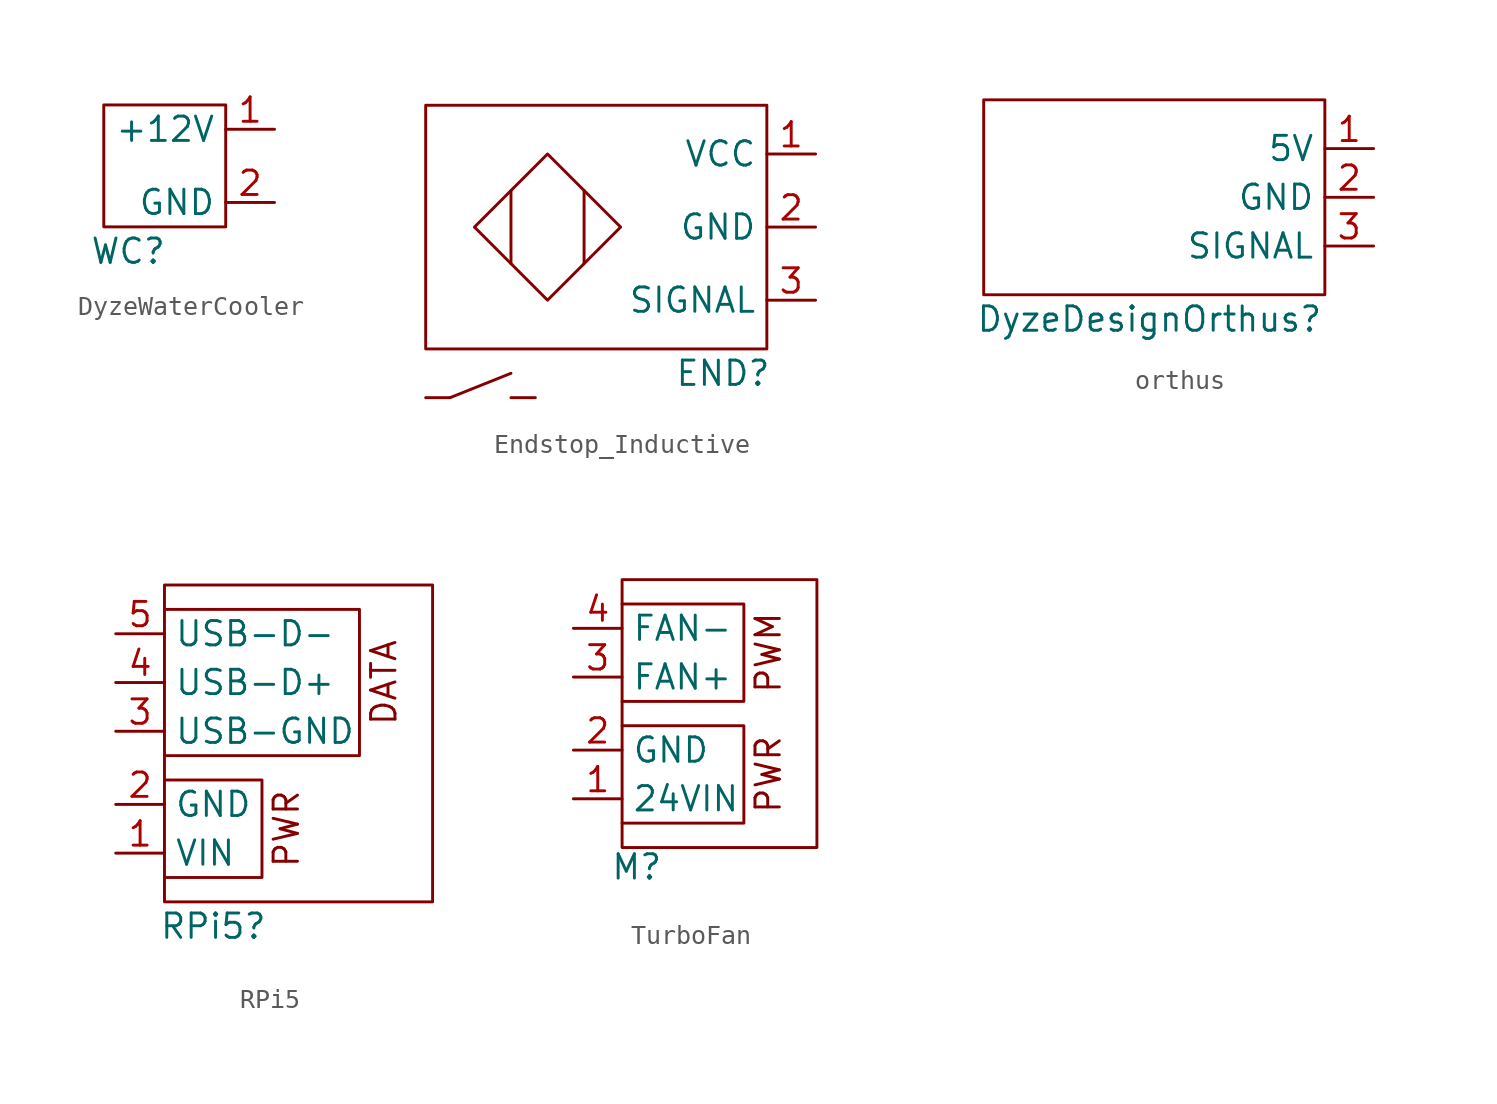
<source format=kicad_sym>
(kicad_symbol_lib
  (version 20241209)
  (generator "kicad_symbol_editor")
  (generator_version "9.0")
  (symbol "DyzeWaterCooler"
    (property "Reference" "WC"
      (at 1.27 -1.27 0)
      (effects (font (size 1.27 1.27))))
    (property "Value" ""
      (at 0 0 0)
      (effects (font (size 1.27 1.27))))
    (symbol "DyzeWaterCooler_0_1"
      (rectangle (start 0 0) (end 6.35 6.35) (stroke (width 0) (type default)) (fill (type none))))
    (symbol "DyzeWaterCooler_1_1"
      (pin input line (at 8.89 5.08 180) (length 2.54) (name "+12V" (effects (font (size 1.27 1.27)))) (number "1" (effects (font (size 1.27 1.27)))))
      (pin input line (at 8.89 1.27 180) (length 2.54) (name "GND" (effects (font (size 1.27 1.27)))) (number "2" (effects (font (size 1.27 1.27)))))))
  (symbol "Endstop_Inductive"
    (property "Reference" "END"
      (at 15.494 -1.27 0)
      (effects (font (size 1.27 1.27))))
    (property "Value" ""
      (at 0 0 0)
      (effects (font (size 1.27 1.27))))
    (symbol "Endstop_Inductive_0_1"
      (rectangle (start 0 12.7) (end 17.78 0) (stroke (width 0) (type default)) (fill (type none)))
      (polyline (pts (xy 0 -2.54) (xy 1.27 -2.54)) (stroke (width 0) (type default)) (fill (type none)))
      (polyline (pts (xy 1.27 -2.54) (xy 4.445 -1.27)) (stroke (width 0) (type default)) (fill (type none)))
      (polyline (pts (xy 4.445 8.255) (xy 4.445 4.445)) (stroke (width 0) (type default)) (fill (type none)))
      (polyline (pts (xy 4.445 -2.54) (xy 5.715 -2.54)) (stroke (width 0) (type default)) (fill (type none)))
      (polyline (pts (xy 6.35 10.16) (xy 2.54 6.35) (xy 6.35 2.54) (xy 10.16 6.35) (xy 6.35 10.16)) (stroke (width 0) (type default)) (fill (type none)))
      (polyline (pts (xy 8.255 4.445) (xy 8.255 8.255)) (stroke (width 0) (type default)) (fill (type none))))
    (symbol "Endstop_Inductive_1_1"
      (pin input line (at 20.32 10.16 180) (length 2.54) (name "VCC" (effects (font (size 1.27 1.27)))) (number "1" (effects (font (size 1.27 1.27)))))
      (pin input line (at 20.32 6.35 180) (length 2.54) (name "GND" (effects (font (size 1.27 1.27)))) (number "2" (effects (font (size 1.27 1.27)))))
      (pin output line (at 20.32 2.54 180) (length 2.54) (name "SIGNAL" (effects (font (size 1.27 1.27)))) (number "3" (effects (font (size 1.27 1.27)))))))
  (symbol "orthus"
    (property "Reference" "DyzeDesignOrthus"
      (at 8.636 -1.27 0)
      (effects (font (size 1.27 1.27))))
    (property "Value" ""
      (at 0 0 0)
      (effects (font (size 1.27 1.27))))
    (symbol "orthus_0_1"
      (rectangle (start 0 10.16) (end 17.78 0) (stroke (width 0) (type default)) (fill (type none))))
    (symbol "orthus_1_1"
      (pin input line (at 20.32 7.62 180) (length 2.54) (name "5V" (effects (font (size 1.27 1.27)))) (number "1" (effects (font (size 1.27 1.27)))))
      (pin input line (at 20.32 5.08 180) (length 2.54) (name "GND" (effects (font (size 1.27 1.27)))) (number "2" (effects (font (size 1.27 1.27)))))
      (pin input line (at 20.32 2.54 180) (length 2.54) (name "SIGNAL" (effects (font (size 1.27 1.27)))) (number "3" (effects (font (size 1.27 1.27)))))))
  (symbol "RPi5"
    (property "Reference" "RPi5"
      (at 2.54 -1.27 0)
      (effects (font (size 1.27 1.27))))
    (property "Value" ""
      (at 0 0 0)
      (effects (font (size 1.27 1.27))))
    (symbol "RPi5_0_1"
      (rectangle (start 0 16.51) (end 13.97 0) (stroke (width 0) (type default)) (fill (type none)))
      (polyline (pts (xy 0 15.24) (xy 10.16 15.24) (xy 10.16 7.62) (xy 0 7.62)) (stroke (width 0) (type default)) (fill (type none)))
      (polyline (pts (xy 0 6.35) (xy 5.08 6.35) (xy 5.08 1.27) (xy 0 1.27)) (stroke (width 0) (type default)) (fill (type none))))
    (symbol "RPi5_1_1"
      (text "PWR" (at 6.35 3.81 900) (effects (font (size 1.27 1.27))))
      (text "DATA" (at 11.43 11.43 900) (effects (font (size 1.27 1.27))))
      (pin output line (at -2.54 13.97 0) (length 2.54) (name "USB-D-" (effects (font (size 1.27 1.27)))) (number "5" (effects (font (size 1.27 1.27)))))
      (pin output line (at -2.54 11.43 0) (length 2.54) (name "USB-D+" (effects (font (size 1.27 1.27)))) (number "4" (effects (font (size 1.27 1.27)))))
      (pin output line (at -2.54 8.89 0) (length 2.54) (name "USB-GND" (effects (font (size 1.27 1.27)))) (number "3" (effects (font (size 1.27 1.27)))))
      (pin input line (at -2.54 5.08 0) (length 2.54) (name "GND" (effects (font (size 1.27 1.27)))) (number "2" (effects (font (size 1.27 1.27)))))
      (pin input line (at -2.54 2.54 0) (length 2.54) (name "VIN" (effects (font (size 1.27 1.27)))) (number "1" (effects (font (size 1.27 1.27)))))))
  (symbol "TurboFan"
    (property "Reference" "M"
      (at 0.762 -1.016 0)
      (effects (font (size 1.27 1.27))))
    (property "Value" ""
      (at 0 0 0)
      (effects (font (size 1.27 1.27))))
    (symbol "TurboFan_0_1"
      (rectangle (start 0 13.97) (end 10.16 0) (stroke (width 0) (type default)) (fill (type none)))
      (polyline (pts (xy 0 7.62) (xy 6.35 7.62) (xy 6.35 12.7) (xy 0 12.7)) (stroke (width 0) (type default)) (fill (type none)))
      (polyline (pts (xy 0 6.35) (xy 6.35 6.35) (xy 6.35 1.27) (xy 0 1.27)) (stroke (width 0) (type default)) (fill (type none))))
    (symbol "TurboFan_1_1"
      (text "PWM" (at 7.62 10.16 900) (effects (font (size 1.27 1.27))))
      (text "PWR" (at 7.62 3.81 900) (effects (font (size 1.27 1.27))))
      (pin input line (at -2.54 11.43 0) (length 2.54) (name "FAN-" (effects (font (size 1.27 1.27)))) (number "4" (effects (font (size 1.27 1.27)))))
      (pin input line (at -2.54 8.89 0) (length 2.54) (name "FAN+" (effects (font (size 1.27 1.27)))) (number "3" (effects (font (size 1.27 1.27)))))
      (pin input line (at -2.54 5.08 0) (length 2.54) (name "GND" (effects (font (size 1.27 1.27)))) (number "2" (effects (font (size 1.27 1.27)))))
      (pin input line (at -2.54 2.54 0) (length 2.54) (name "24VIN" (effects (font (size 1.27 1.27)))) (number "1" (effects (font (size 1.27 1.27))))))))
</source>
